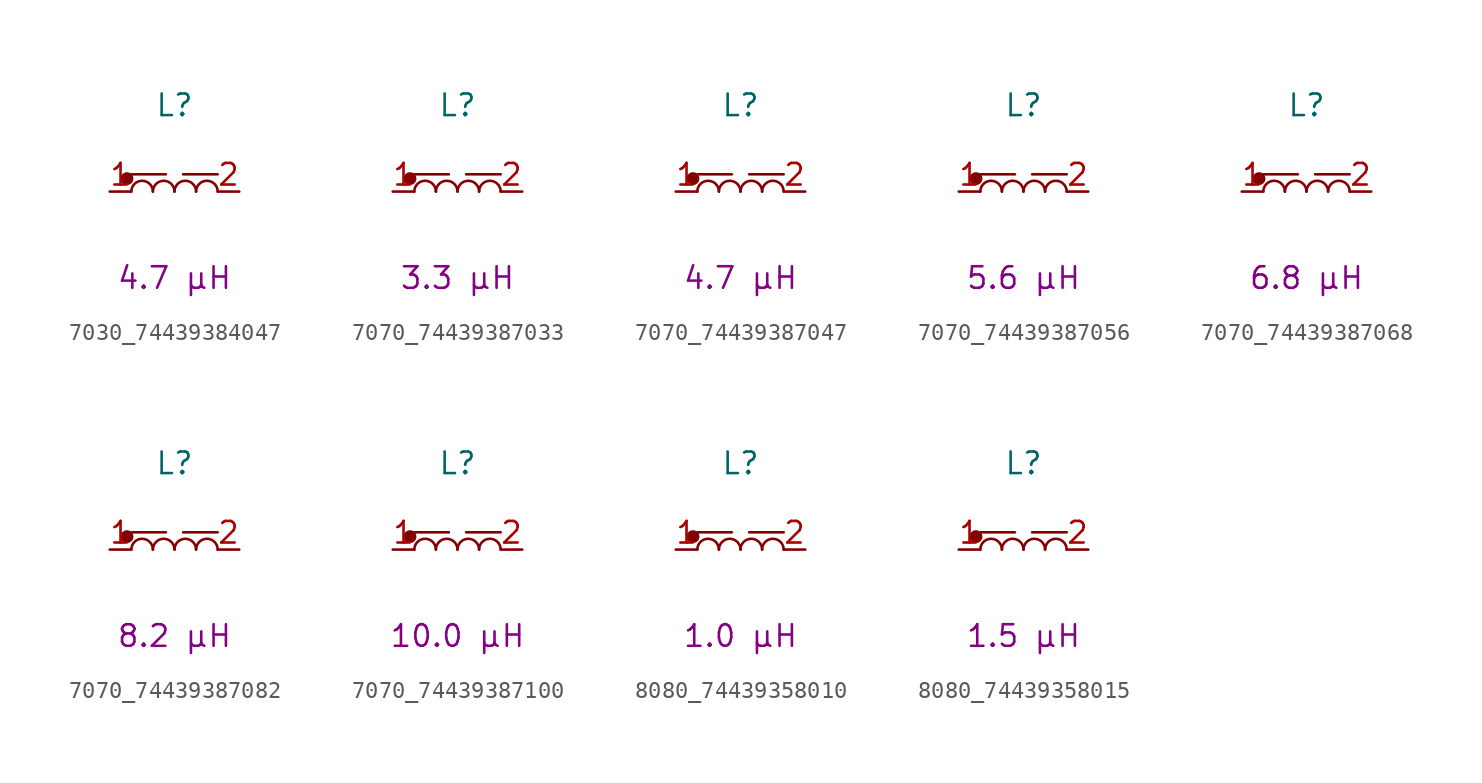
<source format=kicad_sym>
(kicad_symbol_lib
  (version 20220914)
  (generator kicad_symbol_editor)
  (symbol "7030_74439384047"
    (pin_names hide)
    (property "Reference" "L"
      (at 0 5.08 0)
      (effects (font (size 1.27 1.27))))
    (property "Critical Parameter" "4.7 µH"
      (at 0 -5.08 0)
      (effects (font (size 1.27 1.27))))
    (symbol "7030_74439384047_0_1"
      (arc (start -1.27 0) (mid -1.905 0.6323) (end -2.54 0) (stroke (width 0) (type default)) (fill (type none)))
      (arc (start 0 0) (mid -0.635 0.6323) (end -1.27 0) (stroke (width 0) (type default)) (fill (type none)))
      (polyline (pts (xy -2.54 1.016) (xy -0.508 1.016)) (stroke (width 0) (type default)) (fill (type none)))
      (arc (start 1.27 0) (mid 0.635 0.6323) (end 0 0) (stroke (width 0) (type default)) (fill (type none)))
      (arc (start 2.54 0) (mid 1.905 0.6323) (end 1.27 0) (stroke (width 0) (type default)) (fill (type none))))
    (symbol "7030_74439384047_1_1"
      (circle (center -2.794 0.762) (radius 0.0001) (stroke (width 0.381) (type default)) (fill (type none)))
      (polyline (pts (xy 2.54 1.016) (xy 0.508 1.016)) (stroke (width 0) (type default)) (fill (type none)))
      (pin passive line (at -3.81 0 0) (length 1.27) (name "1" (effects (font (size 1.27 1.27)))) (number "1" (effects (font (size 1.27 1.27)))))
      (pin passive line (at 3.81 0 180) (length 1.27) (name "2" (effects (font (size 1.27 1.27)))) (number "2" (effects (font (size 1.27 1.27)))))))
  (symbol "7070_74439387033"
    (pin_names hide)
    (property "Reference" "L"
      (at 0 5.08 0)
      (effects (font (size 1.27 1.27))))
    (property "Critical Parameter" "3.3 µH"
      (at 0 -5.08 0)
      (effects (font (size 1.27 1.27))))
    (symbol "7070_74439387033_0_1"
      (arc (start -1.27 0) (mid -1.905 0.6323) (end -2.54 0) (stroke (width 0) (type default)) (fill (type none)))
      (arc (start 0 0) (mid -0.635 0.6323) (end -1.27 0) (stroke (width 0) (type default)) (fill (type none)))
      (polyline (pts (xy -2.54 1.016) (xy -0.508 1.016)) (stroke (width 0) (type default)) (fill (type none)))
      (arc (start 1.27 0) (mid 0.635 0.6323) (end 0 0) (stroke (width 0) (type default)) (fill (type none)))
      (arc (start 2.54 0) (mid 1.905 0.6323) (end 1.27 0) (stroke (width 0) (type default)) (fill (type none))))
    (symbol "7070_74439387033_1_1"
      (circle (center -2.794 0.762) (radius 0.0001) (stroke (width 0.381) (type default)) (fill (type none)))
      (polyline (pts (xy 2.54 1.016) (xy 0.508 1.016)) (stroke (width 0) (type default)) (fill (type none)))
      (pin passive line (at -3.81 0 0) (length 1.27) (name "1" (effects (font (size 1.27 1.27)))) (number "1" (effects (font (size 1.27 1.27)))))
      (pin passive line (at 3.81 0 180) (length 1.27) (name "2" (effects (font (size 1.27 1.27)))) (number "2" (effects (font (size 1.27 1.27)))))))
  (symbol "7070_74439387047"
    (pin_names hide)
    (property "Reference" "L"
      (at 0 5.08 0)
      (effects (font (size 1.27 1.27))))
    (property "Critical Parameter" "4.7 µH"
      (at 0 -5.08 0)
      (effects (font (size 1.27 1.27))))
    (symbol "7070_74439387047_0_1"
      (arc (start -1.27 0) (mid -1.905 0.6323) (end -2.54 0) (stroke (width 0) (type default)) (fill (type none)))
      (arc (start 0 0) (mid -0.635 0.6323) (end -1.27 0) (stroke (width 0) (type default)) (fill (type none)))
      (polyline (pts (xy -2.54 1.016) (xy -0.508 1.016)) (stroke (width 0) (type default)) (fill (type none)))
      (arc (start 1.27 0) (mid 0.635 0.6323) (end 0 0) (stroke (width 0) (type default)) (fill (type none)))
      (arc (start 2.54 0) (mid 1.905 0.6323) (end 1.27 0) (stroke (width 0) (type default)) (fill (type none))))
    (symbol "7070_74439387047_1_1"
      (circle (center -2.794 0.762) (radius 0.0001) (stroke (width 0.381) (type default)) (fill (type none)))
      (polyline (pts (xy 2.54 1.016) (xy 0.508 1.016)) (stroke (width 0) (type default)) (fill (type none)))
      (pin passive line (at -3.81 0 0) (length 1.27) (name "1" (effects (font (size 1.27 1.27)))) (number "1" (effects (font (size 1.27 1.27)))))
      (pin passive line (at 3.81 0 180) (length 1.27) (name "2" (effects (font (size 1.27 1.27)))) (number "2" (effects (font (size 1.27 1.27)))))))
  (symbol "7070_74439387056"
    (pin_names hide)
    (property "Reference" "L"
      (at 0 5.08 0)
      (effects (font (size 1.27 1.27))))
    (property "Critical Parameter" "5.6 µH"
      (at 0 -5.08 0)
      (effects (font (size 1.27 1.27))))
    (symbol "7070_74439387056_0_1"
      (arc (start -1.27 0) (mid -1.905 0.6323) (end -2.54 0) (stroke (width 0) (type default)) (fill (type none)))
      (arc (start 0 0) (mid -0.635 0.6323) (end -1.27 0) (stroke (width 0) (type default)) (fill (type none)))
      (polyline (pts (xy -2.54 1.016) (xy -0.508 1.016)) (stroke (width 0) (type default)) (fill (type none)))
      (arc (start 1.27 0) (mid 0.635 0.6323) (end 0 0) (stroke (width 0) (type default)) (fill (type none)))
      (arc (start 2.54 0) (mid 1.905 0.6323) (end 1.27 0) (stroke (width 0) (type default)) (fill (type none))))
    (symbol "7070_74439387056_1_1"
      (circle (center -2.794 0.762) (radius 0.0001) (stroke (width 0.381) (type default)) (fill (type none)))
      (polyline (pts (xy 2.54 1.016) (xy 0.508 1.016)) (stroke (width 0) (type default)) (fill (type none)))
      (pin passive line (at -3.81 0 0) (length 1.27) (name "1" (effects (font (size 1.27 1.27)))) (number "1" (effects (font (size 1.27 1.27)))))
      (pin passive line (at 3.81 0 180) (length 1.27) (name "2" (effects (font (size 1.27 1.27)))) (number "2" (effects (font (size 1.27 1.27)))))))
  (symbol "7070_74439387068"
    (pin_names hide)
    (property "Reference" "L"
      (at 0 5.08 0)
      (effects (font (size 1.27 1.27))))
    (property "Critical Parameter" "6.8 µH"
      (at 0 -5.08 0)
      (effects (font (size 1.27 1.27))))
    (symbol "7070_74439387068_0_1"
      (arc (start -1.27 0) (mid -1.905 0.6323) (end -2.54 0) (stroke (width 0) (type default)) (fill (type none)))
      (arc (start 0 0) (mid -0.635 0.6323) (end -1.27 0) (stroke (width 0) (type default)) (fill (type none)))
      (polyline (pts (xy -2.54 1.016) (xy -0.508 1.016)) (stroke (width 0) (type default)) (fill (type none)))
      (arc (start 1.27 0) (mid 0.635 0.6323) (end 0 0) (stroke (width 0) (type default)) (fill (type none)))
      (arc (start 2.54 0) (mid 1.905 0.6323) (end 1.27 0) (stroke (width 0) (type default)) (fill (type none))))
    (symbol "7070_74439387068_1_1"
      (circle (center -2.794 0.762) (radius 0.0001) (stroke (width 0.381) (type default)) (fill (type none)))
      (polyline (pts (xy 2.54 1.016) (xy 0.508 1.016)) (stroke (width 0) (type default)) (fill (type none)))
      (pin passive line (at -3.81 0 0) (length 1.27) (name "1" (effects (font (size 1.27 1.27)))) (number "1" (effects (font (size 1.27 1.27)))))
      (pin passive line (at 3.81 0 180) (length 1.27) (name "2" (effects (font (size 1.27 1.27)))) (number "2" (effects (font (size 1.27 1.27)))))))
  (symbol "7070_74439387082"
    (pin_names hide)
    (property "Reference" "L"
      (at 0 5.08 0)
      (effects (font (size 1.27 1.27))))
    (property "Critical Parameter" "8.2 µH"
      (at 0 -5.08 0)
      (effects (font (size 1.27 1.27))))
    (symbol "7070_74439387082_0_1"
      (arc (start -1.27 0) (mid -1.905 0.6323) (end -2.54 0) (stroke (width 0) (type default)) (fill (type none)))
      (arc (start 0 0) (mid -0.635 0.6323) (end -1.27 0) (stroke (width 0) (type default)) (fill (type none)))
      (polyline (pts (xy -2.54 1.016) (xy -0.508 1.016)) (stroke (width 0) (type default)) (fill (type none)))
      (arc (start 1.27 0) (mid 0.635 0.6323) (end 0 0) (stroke (width 0) (type default)) (fill (type none)))
      (arc (start 2.54 0) (mid 1.905 0.6323) (end 1.27 0) (stroke (width 0) (type default)) (fill (type none))))
    (symbol "7070_74439387082_1_1"
      (circle (center -2.794 0.762) (radius 0.0001) (stroke (width 0.381) (type default)) (fill (type none)))
      (polyline (pts (xy 2.54 1.016) (xy 0.508 1.016)) (stroke (width 0) (type default)) (fill (type none)))
      (pin passive line (at -3.81 0 0) (length 1.27) (name "1" (effects (font (size 1.27 1.27)))) (number "1" (effects (font (size 1.27 1.27)))))
      (pin passive line (at 3.81 0 180) (length 1.27) (name "2" (effects (font (size 1.27 1.27)))) (number "2" (effects (font (size 1.27 1.27)))))))
  (symbol "7070_74439387100"
    (pin_names hide)
    (property "Reference" "L"
      (at 0 5.08 0)
      (effects (font (size 1.27 1.27))))
    (property "Critical Parameter" "10.0 µH"
      (at 0 -5.08 0)
      (effects (font (size 1.27 1.27))))
    (symbol "7070_74439387100_0_1"
      (arc (start -1.27 0) (mid -1.905 0.6323) (end -2.54 0) (stroke (width 0) (type default)) (fill (type none)))
      (arc (start 0 0) (mid -0.635 0.6323) (end -1.27 0) (stroke (width 0) (type default)) (fill (type none)))
      (polyline (pts (xy -2.54 1.016) (xy -0.508 1.016)) (stroke (width 0) (type default)) (fill (type none)))
      (arc (start 1.27 0) (mid 0.635 0.6323) (end 0 0) (stroke (width 0) (type default)) (fill (type none)))
      (arc (start 2.54 0) (mid 1.905 0.6323) (end 1.27 0) (stroke (width 0) (type default)) (fill (type none))))
    (symbol "7070_74439387100_1_1"
      (circle (center -2.794 0.762) (radius 0.0001) (stroke (width 0.381) (type default)) (fill (type none)))
      (polyline (pts (xy 2.54 1.016) (xy 0.508 1.016)) (stroke (width 0) (type default)) (fill (type none)))
      (pin passive line (at -3.81 0 0) (length 1.27) (name "1" (effects (font (size 1.27 1.27)))) (number "1" (effects (font (size 1.27 1.27)))))
      (pin passive line (at 3.81 0 180) (length 1.27) (name "2" (effects (font (size 1.27 1.27)))) (number "2" (effects (font (size 1.27 1.27)))))))
  (symbol "8080_74439358010"
    (pin_names hide)
    (property "Reference" "L"
      (at 0 5.08 0)
      (effects (font (size 1.27 1.27))))
    (property "Critical Parameter" "1.0 µH"
      (at 0 -5.08 0)
      (effects (font (size 1.27 1.27))))
    (symbol "8080_74439358010_0_1"
      (arc (start -1.27 0) (mid -1.905 0.6323) (end -2.54 0) (stroke (width 0) (type default)) (fill (type none)))
      (arc (start 0 0) (mid -0.635 0.6323) (end -1.27 0) (stroke (width 0) (type default)) (fill (type none)))
      (polyline (pts (xy -2.54 1.016) (xy -0.508 1.016)) (stroke (width 0) (type default)) (fill (type none)))
      (arc (start 1.27 0) (mid 0.635 0.6323) (end 0 0) (stroke (width 0) (type default)) (fill (type none)))
      (arc (start 2.54 0) (mid 1.905 0.6323) (end 1.27 0) (stroke (width 0) (type default)) (fill (type none))))
    (symbol "8080_74439358010_1_1"
      (circle (center -2.794 0.762) (radius 0.0001) (stroke (width 0.381) (type default)) (fill (type none)))
      (polyline (pts (xy 2.54 1.016) (xy 0.508 1.016)) (stroke (width 0) (type default)) (fill (type none)))
      (pin passive line (at -3.81 0 0) (length 1.27) (name "1" (effects (font (size 1.27 1.27)))) (number "1" (effects (font (size 1.27 1.27)))))
      (pin passive line (at 3.81 0 180) (length 1.27) (name "2" (effects (font (size 1.27 1.27)))) (number "2" (effects (font (size 1.27 1.27)))))))
  (symbol "8080_74439358015"
    (pin_names hide)
    (property "Reference" "L"
      (at 0 5.08 0)
      (effects (font (size 1.27 1.27))))
    (property "Critical Parameter" "1.5 µH"
      (at 0 -5.08 0)
      (effects (font (size 1.27 1.27))))
    (symbol "8080_74439358015_0_1"
      (arc (start -1.27 0) (mid -1.905 0.6323) (end -2.54 0) (stroke (width 0) (type default)) (fill (type none)))
      (arc (start 0 0) (mid -0.635 0.6323) (end -1.27 0) (stroke (width 0) (type default)) (fill (type none)))
      (polyline (pts (xy -2.54 1.016) (xy -0.508 1.016)) (stroke (width 0) (type default)) (fill (type none)))
      (arc (start 1.27 0) (mid 0.635 0.6323) (end 0 0) (stroke (width 0) (type default)) (fill (type none)))
      (arc (start 2.54 0) (mid 1.905 0.6323) (end 1.27 0) (stroke (width 0) (type default)) (fill (type none))))
    (symbol "8080_74439358015_1_1"
      (circle (center -2.794 0.762) (radius 0.0001) (stroke (width 0.381) (type default)) (fill (type none)))
      (polyline (pts (xy 2.54 1.016) (xy 0.508 1.016)) (stroke (width 0) (type default)) (fill (type none)))
      (pin passive line (at -3.81 0 0) (length 1.27) (name "1" (effects (font (size 1.27 1.27)))) (number "1" (effects (font (size 1.27 1.27)))))
      (pin passive line (at 3.81 0 180) (length 1.27) (name "2" (effects (font (size 1.27 1.27)))) (number "2" (effects (font (size 1.27 1.27))))))))
</source>
